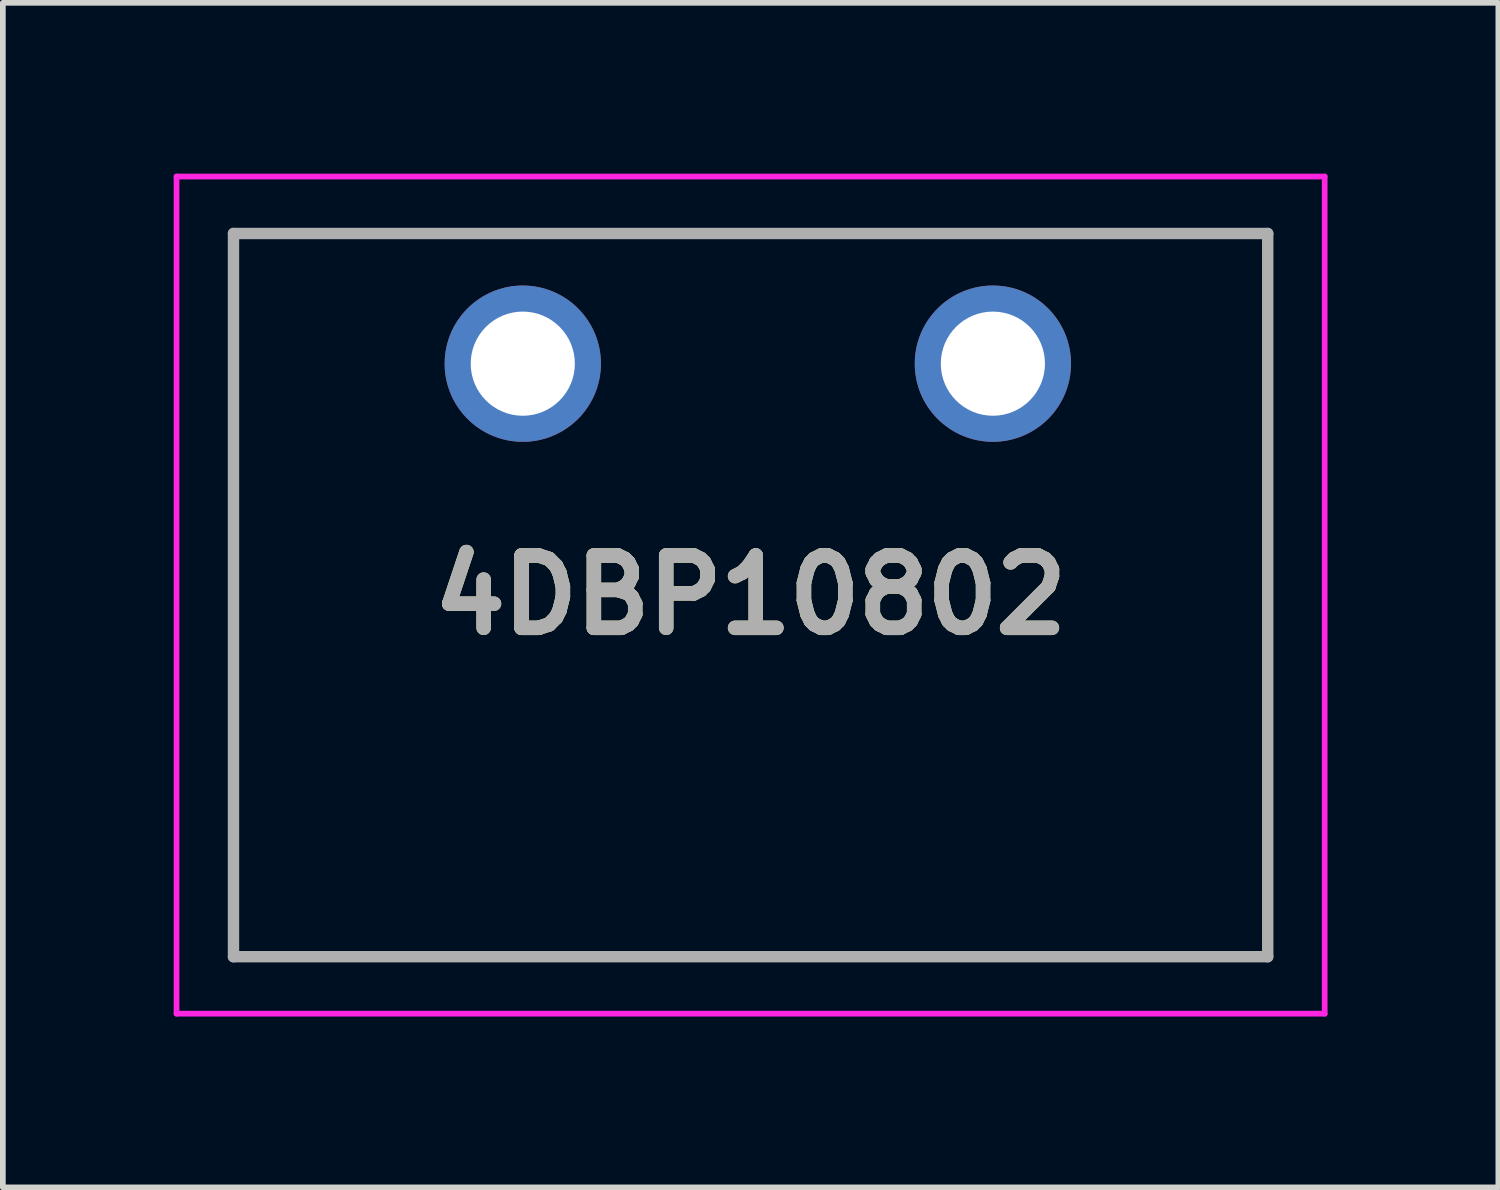
<source format=kicad_pcb>
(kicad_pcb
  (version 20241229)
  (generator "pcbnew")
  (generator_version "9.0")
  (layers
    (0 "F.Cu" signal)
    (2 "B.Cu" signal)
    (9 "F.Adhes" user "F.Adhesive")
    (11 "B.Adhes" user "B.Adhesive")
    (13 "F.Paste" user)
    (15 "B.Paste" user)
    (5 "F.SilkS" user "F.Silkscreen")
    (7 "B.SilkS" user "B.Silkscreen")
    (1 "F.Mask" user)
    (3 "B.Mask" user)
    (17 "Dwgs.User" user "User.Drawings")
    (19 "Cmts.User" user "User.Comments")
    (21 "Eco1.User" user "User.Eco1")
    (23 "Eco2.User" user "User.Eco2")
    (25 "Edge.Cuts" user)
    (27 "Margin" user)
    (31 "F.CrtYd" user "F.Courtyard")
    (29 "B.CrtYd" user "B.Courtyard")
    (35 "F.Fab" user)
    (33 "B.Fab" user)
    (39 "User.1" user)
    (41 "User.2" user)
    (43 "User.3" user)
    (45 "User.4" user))
  (footprint "4DBP10802"
    (layer "F.Cu")
    (at 6.13 3.336)
    (property "Reference" "4DBP10802" (at 4 4.064 0) (layer "F.SilkS") (effects (font (size 1.27 1.27) (thickness 0.254))))
    (attr through_hole)
    (fp_line (start -5.08 -2.286) (end 13.081 -2.286) (stroke (width 0.1) (type solid)) (layer "F.SilkS"))
    (fp_line (start -5.08 10.414) (end -5.08 -2.286) (stroke (width 0.1) (type solid)) (layer "F.SilkS"))
    (fp_line (start 13.081 -2.286) (end 13.081 10.414) (stroke (width 0.1) (type solid)) (layer "F.SilkS"))
    (fp_line (start 13.081 10.414) (end -5.08 10.414) (stroke (width 0.1) (type solid)) (layer "F.SilkS"))
    (fp_line (start -6.08 -3.286) (end 14.081 -3.286) (stroke (width 0.1) (type solid)) (layer "F.CrtYd"))
    (fp_line (start -6.08 11.414) (end -6.08 -3.286) (stroke (width 0.1) (type solid)) (layer "F.CrtYd"))
    (fp_line (start 14.081 -3.286) (end 14.081 11.414) (stroke (width 0.1) (type solid)) (layer "F.CrtYd"))
    (fp_line (start 14.081 11.414) (end -6.08 11.414) (stroke (width 0.1) (type solid)) (layer "F.CrtYd"))
    (fp_line (start -5.08 -2.286) (end 13.081 -2.286) (stroke (width 0.2) (type solid)) (layer "F.Fab"))
    (fp_line (start -5.08 10.414) (end -5.08 -2.286) (stroke (width 0.2) (type solid)) (layer "F.Fab"))
    (fp_line (start 13.081 -2.286) (end 13.081 10.414) (stroke (width 0.2) (type solid)) (layer "F.Fab"))
    (fp_line (start 13.081 10.414) (end -5.08 10.414) (stroke (width 0.2) (type solid)) (layer "F.Fab"))
    (fp_text user "${REFERENCE}" (at 4 4.064 0) (layer "F.Fab") (effects (font (size 1.27 1.27) (thickness 0.254))))
    (pad "1" thru_hole circle (at 0 0) (size 2.744 2.744) (drill 1.829) (layers "*.Cu" "*.Mask"))
    (pad "2" thru_hole circle (at 8.255 0) (size 2.744 2.744) (drill 1.829) (layers "*.Cu" "*.Mask")))
  (gr_rect
    (start -3 -3)
    (end 23.261 17.8)
    (stroke (width 0.1) (type default))
    (fill no)
    (layer "Edge.Cuts")))
</source>
